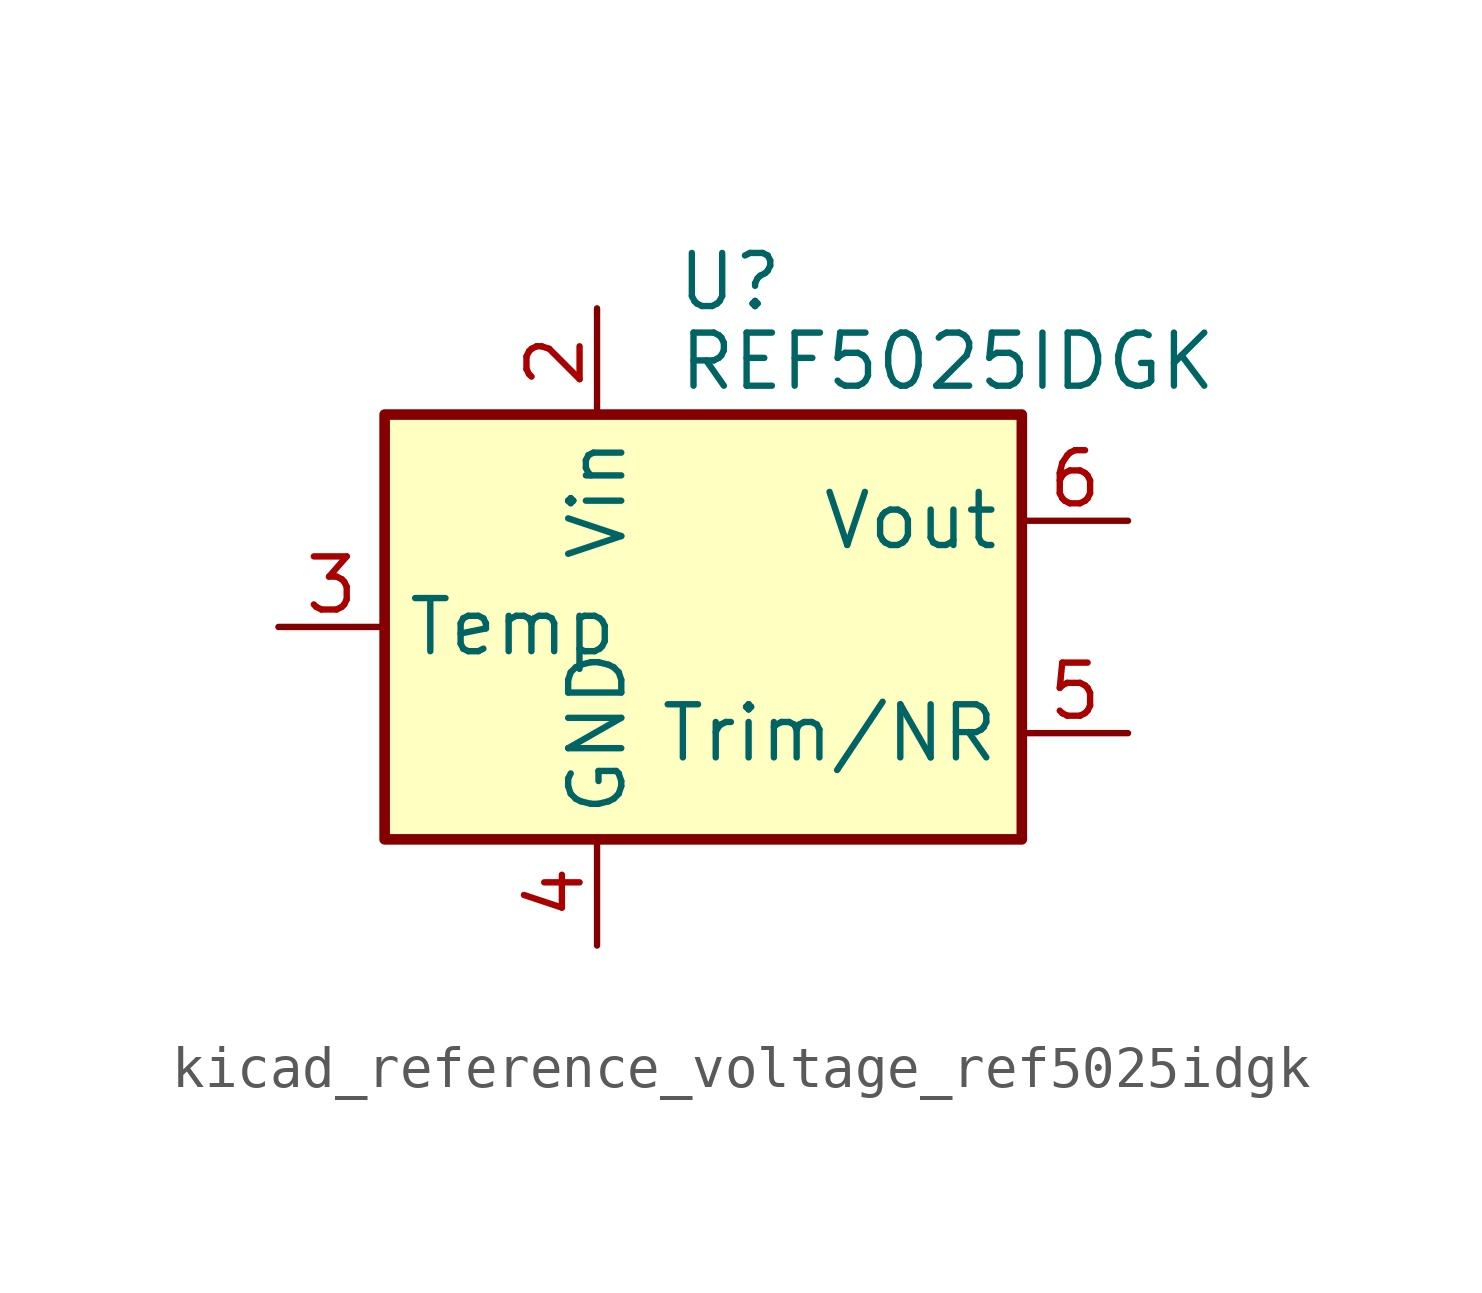
<source format=kicad_sym>
(kicad_symbol_lib
  (version 20220914)
  (generator kicad_symbol_editor)
  (symbol "kicad_reference_voltage_ref5025idgk"
    (property "Reference" "U"
      (at 0.635 8.255 0)
      (effects (font (size 1.27 1.27))))
    (property "Value" "REF5025IDGK"
      (at -0.635 6.35 0)
      (effects (font (size 1.27 1.27)) (justify left)))
    (symbol "kicad_reference_voltage_ref5025idgk_0_1"
      (rectangle (start -7.62 5.08) (end 7.62 -5.08) (stroke (width 0.254) (type default)) (fill (type background))))
    (symbol "kicad_reference_voltage_ref5025idgk_1_1"
      (pin no_connect line (at -7.62 2.54 0) (length 2.54) hide (name "DNC" (effects (font (size 1.27 1.27)))) (number "1" (effects (font (size 1.27 1.27)))))
      (pin power_in line (at -2.54 7.62 270) (length 2.54) (name "Vin" (effects (font (size 1.27 1.27)))) (number "2" (effects (font (size 1.27 1.27)))))
      (pin passive line (at -10.16 0 0) (length 2.54) (name "Temp" (effects (font (size 1.27 1.27)))) (number "3" (effects (font (size 1.27 1.27)))))
      (pin power_in line (at -2.54 -7.62 90) (length 2.54) (name "GND" (effects (font (size 1.27 1.27)))) (number "4" (effects (font (size 1.27 1.27)))))
      (pin passive line (at 10.16 -2.54 180) (length 2.54) (name "Trim/NR" (effects (font (size 1.27 1.27)))) (number "5" (effects (font (size 1.27 1.27)))))
      (pin power_out line (at 10.16 2.54 180) (length 2.54) (name "Vout" (effects (font (size 1.27 1.27)))) (number "6" (effects (font (size 1.27 1.27)))))
      (pin no_connect line (at -5.08 -5.08 90) (length 2.54) hide (name "NC" (effects (font (size 1.27 1.27)))) (number "7" (effects (font (size 1.27 1.27)))))
      (pin no_connect line (at 7.62 0 180) (length 2.54) hide (name "DNC" (effects (font (size 1.27 1.27)))) (number "8" (effects (font (size 1.27 1.27))))))))
</source>
